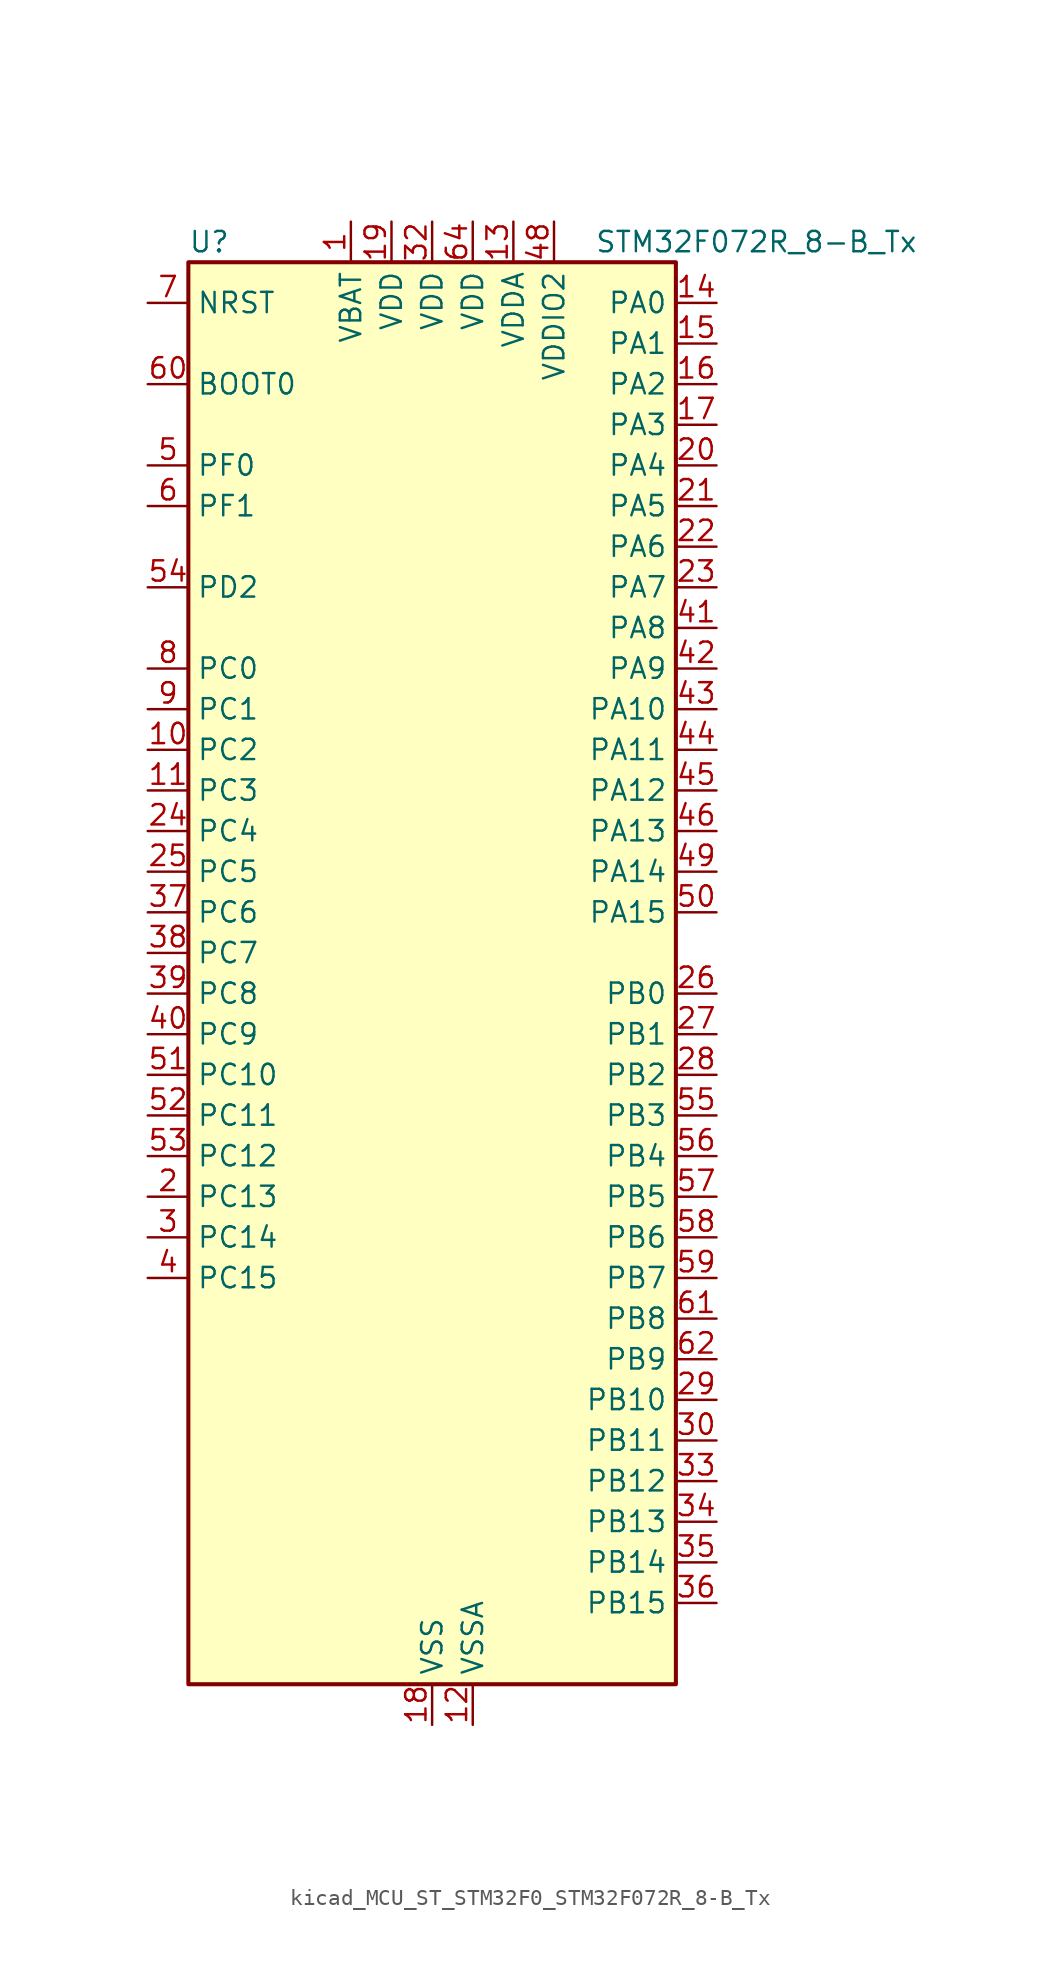
<source format=kicad_sym>
(kicad_symbol_lib
  (version 20220914)
  (generator kicad_symbol_editor)
  (symbol "kicad_MCU_ST_STM32F0_STM32F072R_8-B_Tx"
    (property "Reference" "U"
      (at -15.24 46.99 0)
      (effects (font (size 1.27 1.27)) (justify left)))
    (property "Value" "STM32F072R_8-B_Tx"
      (at 10.16 46.99 0)
      (effects (font (size 1.27 1.27)) (justify left)))
    (property "ki_locked" ""
      (at 0 0 0)
      (effects (font (size 1.27 1.27))))
    (symbol "kicad_MCU_ST_STM32F0_STM32F072R_8-B_Tx_0_1"
      (rectangle (start -15.24 -43.18) (end 15.24 45.72) (stroke (width 0.254) (type default)) (fill (type background))))
    (symbol "kicad_MCU_ST_STM32F0_STM32F072R_8-B_Tx_1_1"
      (pin power_in line (at -5.08 48.26 270) (length 2.54) (name "VBAT" (effects (font (size 1.27 1.27)))) (number "1" (effects (font (size 1.27 1.27)))))
      (pin bidirectional line (at -17.78 15.24 0) (length 2.54) (name "PC2" (effects (font (size 1.27 1.27)))) (number "10" (effects (font (size 1.27 1.27)))) (alternate "ADC_IN12" bidirectional line) (alternate "I2S2_MCK" bidirectional line) (alternate "SPI2_MISO" bidirectional line))
      (pin bidirectional line (at -17.78 12.7 0) (length 2.54) (name "PC3" (effects (font (size 1.27 1.27)))) (number "11" (effects (font (size 1.27 1.27)))) (alternate "ADC_IN13" bidirectional line) (alternate "I2S2_SD" bidirectional line) (alternate "SPI2_MOSI" bidirectional line))
      (pin power_in line (at 2.54 -45.72 90) (length 2.54) (name "VSSA" (effects (font (size 1.27 1.27)))) (number "12" (effects (font (size 1.27 1.27)))))
      (pin power_in line (at 5.08 48.26 270) (length 2.54) (name "VDDA" (effects (font (size 1.27 1.27)))) (number "13" (effects (font (size 1.27 1.27)))))
      (pin bidirectional line (at 17.78 43.18 180) (length 2.54) (name "PA0" (effects (font (size 1.27 1.27)))) (number "14" (effects (font (size 1.27 1.27)))) (alternate "ADC_IN0" bidirectional line) (alternate "COMP1_INM" bidirectional line) (alternate "COMP1_OUT" bidirectional line) (alternate "RTC_TAMP2" bidirectional line) (alternate "SYS_WKUP1" bidirectional line) (alternate "TIM2_CH1" bidirectional line) (alternate "TIM2_ETR" bidirectional line) (alternate "TSC_G1_IO1" bidirectional line) (alternate "USART2_CTS" bidirectional line) (alternate "USART4_TX" bidirectional line))
      (pin bidirectional line (at 17.78 40.64 180) (length 2.54) (name "PA1" (effects (font (size 1.27 1.27)))) (number "15" (effects (font (size 1.27 1.27)))) (alternate "ADC_IN1" bidirectional line) (alternate "COMP1_INP" bidirectional line) (alternate "TIM15_CH1N" bidirectional line) (alternate "TIM2_CH2" bidirectional line) (alternate "TSC_G1_IO2" bidirectional line) (alternate "USART2_DE" bidirectional line) (alternate "USART2_RTS" bidirectional line) (alternate "USART4_RX" bidirectional line))
      (pin bidirectional line (at 17.78 38.1 180) (length 2.54) (name "PA2" (effects (font (size 1.27 1.27)))) (number "16" (effects (font (size 1.27 1.27)))) (alternate "ADC_IN2" bidirectional line) (alternate "COMP2_INM" bidirectional line) (alternate "COMP2_OUT" bidirectional line) (alternate "SYS_WKUP4" bidirectional line) (alternate "TIM15_CH1" bidirectional line) (alternate "TIM2_CH3" bidirectional line) (alternate "TSC_G1_IO3" bidirectional line) (alternate "USART2_TX" bidirectional line))
      (pin bidirectional line (at 17.78 35.56 180) (length 2.54) (name "PA3" (effects (font (size 1.27 1.27)))) (number "17" (effects (font (size 1.27 1.27)))) (alternate "ADC_IN3" bidirectional line) (alternate "COMP2_INP" bidirectional line) (alternate "TIM15_CH2" bidirectional line) (alternate "TIM2_CH4" bidirectional line) (alternate "TSC_G1_IO4" bidirectional line) (alternate "USART2_RX" bidirectional line))
      (pin power_in line (at 0 -45.72 90) (length 2.54) (name "VSS" (effects (font (size 1.27 1.27)))) (number "18" (effects (font (size 1.27 1.27)))))
      (pin power_in line (at -2.54 48.26 270) (length 2.54) (name "VDD" (effects (font (size 1.27 1.27)))) (number "19" (effects (font (size 1.27 1.27)))))
      (pin bidirectional line (at -17.78 -12.7 0) (length 2.54) (name "PC13" (effects (font (size 1.27 1.27)))) (number "2" (effects (font (size 1.27 1.27)))) (alternate "RTC_OUT_ALARM" bidirectional line) (alternate "RTC_OUT_CALIB" bidirectional line) (alternate "RTC_TAMP1" bidirectional line) (alternate "RTC_TS" bidirectional line) (alternate "SYS_WKUP2" bidirectional line))
      (pin bidirectional line (at 17.78 33.02 180) (length 2.54) (name "PA4" (effects (font (size 1.27 1.27)))) (number "20" (effects (font (size 1.27 1.27)))) (alternate "ADC_IN4" bidirectional line) (alternate "COMP1_INM" bidirectional line) (alternate "COMP2_INM" bidirectional line) (alternate "DAC_OUT1" bidirectional line) (alternate "I2S1_WS" bidirectional line) (alternate "SPI1_NSS" bidirectional line) (alternate "TIM14_CH1" bidirectional line) (alternate "TSC_G2_IO1" bidirectional line) (alternate "USART2_CK" bidirectional line))
      (pin bidirectional line (at 17.78 30.48 180) (length 2.54) (name "PA5" (effects (font (size 1.27 1.27)))) (number "21" (effects (font (size 1.27 1.27)))) (alternate "ADC_IN5" bidirectional line) (alternate "CEC" bidirectional line) (alternate "COMP1_INM" bidirectional line) (alternate "COMP2_INM" bidirectional line) (alternate "DAC_OUT2" bidirectional line) (alternate "I2S1_CK" bidirectional line) (alternate "SPI1_SCK" bidirectional line) (alternate "TIM2_CH1" bidirectional line) (alternate "TIM2_ETR" bidirectional line) (alternate "TSC_G2_IO2" bidirectional line))
      (pin bidirectional line (at 17.78 27.94 180) (length 2.54) (name "PA6" (effects (font (size 1.27 1.27)))) (number "22" (effects (font (size 1.27 1.27)))) (alternate "ADC_IN6" bidirectional line) (alternate "COMP1_OUT" bidirectional line) (alternate "I2S1_MCK" bidirectional line) (alternate "SPI1_MISO" bidirectional line) (alternate "TIM16_CH1" bidirectional line) (alternate "TIM1_BKIN" bidirectional line) (alternate "TIM3_CH1" bidirectional line) (alternate "TSC_G2_IO3" bidirectional line) (alternate "USART3_CTS" bidirectional line))
      (pin bidirectional line (at 17.78 25.4 180) (length 2.54) (name "PA7" (effects (font (size 1.27 1.27)))) (number "23" (effects (font (size 1.27 1.27)))) (alternate "ADC_IN7" bidirectional line) (alternate "COMP2_OUT" bidirectional line) (alternate "I2S1_SD" bidirectional line) (alternate "SPI1_MOSI" bidirectional line) (alternate "TIM14_CH1" bidirectional line) (alternate "TIM17_CH1" bidirectional line) (alternate "TIM1_CH1N" bidirectional line) (alternate "TIM3_CH2" bidirectional line) (alternate "TSC_G2_IO4" bidirectional line))
      (pin bidirectional line (at -17.78 10.16 0) (length 2.54) (name "PC4" (effects (font (size 1.27 1.27)))) (number "24" (effects (font (size 1.27 1.27)))) (alternate "ADC_IN14" bidirectional line) (alternate "USART3_TX" bidirectional line))
      (pin bidirectional line (at -17.78 7.62 0) (length 2.54) (name "PC5" (effects (font (size 1.27 1.27)))) (number "25" (effects (font (size 1.27 1.27)))) (alternate "ADC_IN15" bidirectional line) (alternate "SYS_WKUP5" bidirectional line) (alternate "TSC_G3_IO1" bidirectional line) (alternate "USART3_RX" bidirectional line))
      (pin bidirectional line (at 17.78 0 180) (length 2.54) (name "PB0" (effects (font (size 1.27 1.27)))) (number "26" (effects (font (size 1.27 1.27)))) (alternate "ADC_IN8" bidirectional line) (alternate "TIM1_CH2N" bidirectional line) (alternate "TIM3_CH3" bidirectional line) (alternate "TSC_G3_IO2" bidirectional line) (alternate "USART3_CK" bidirectional line))
      (pin bidirectional line (at 17.78 -2.54 180) (length 2.54) (name "PB1" (effects (font (size 1.27 1.27)))) (number "27" (effects (font (size 1.27 1.27)))) (alternate "ADC_IN9" bidirectional line) (alternate "TIM14_CH1" bidirectional line) (alternate "TIM1_CH3N" bidirectional line) (alternate "TIM3_CH4" bidirectional line) (alternate "TSC_G3_IO3" bidirectional line) (alternate "USART3_DE" bidirectional line) (alternate "USART3_RTS" bidirectional line))
      (pin bidirectional line (at 17.78 -5.08 180) (length 2.54) (name "PB2" (effects (font (size 1.27 1.27)))) (number "28" (effects (font (size 1.27 1.27)))) (alternate "TSC_G3_IO4" bidirectional line))
      (pin bidirectional line (at 17.78 -25.4 180) (length 2.54) (name "PB10" (effects (font (size 1.27 1.27)))) (number "29" (effects (font (size 1.27 1.27)))) (alternate "CEC" bidirectional line) (alternate "I2C2_SCL" bidirectional line) (alternate "I2S2_CK" bidirectional line) (alternate "SPI2_SCK" bidirectional line) (alternate "TIM2_CH3" bidirectional line) (alternate "TSC_SYNC" bidirectional line) (alternate "USART3_TX" bidirectional line))
      (pin bidirectional line (at -17.78 -15.24 0) (length 2.54) (name "PC14" (effects (font (size 1.27 1.27)))) (number "3" (effects (font (size 1.27 1.27)))) (alternate "RCC_OSC32_IN" bidirectional line))
      (pin bidirectional line (at 17.78 -27.94 180) (length 2.54) (name "PB11" (effects (font (size 1.27 1.27)))) (number "30" (effects (font (size 1.27 1.27)))) (alternate "I2C2_SDA" bidirectional line) (alternate "TIM2_CH4" bidirectional line) (alternate "TSC_G6_IO1" bidirectional line) (alternate "USART3_RX" bidirectional line))
      (pin passive line (at 0 -45.72 90) (length 2.54) hide (name "VSS" (effects (font (size 1.27 1.27)))) (number "31" (effects (font (size 1.27 1.27)))))
      (pin power_in line (at 0 48.26 270) (length 2.54) (name "VDD" (effects (font (size 1.27 1.27)))) (number "32" (effects (font (size 1.27 1.27)))))
      (pin bidirectional line (at 17.78 -30.48 180) (length 2.54) (name "PB12" (effects (font (size 1.27 1.27)))) (number "33" (effects (font (size 1.27 1.27)))) (alternate "I2S2_WS" bidirectional line) (alternate "SPI2_NSS" bidirectional line) (alternate "TIM15_BKIN" bidirectional line) (alternate "TIM1_BKIN" bidirectional line) (alternate "TSC_G6_IO2" bidirectional line) (alternate "USART3_CK" bidirectional line))
      (pin bidirectional line (at 17.78 -33.02 180) (length 2.54) (name "PB13" (effects (font (size 1.27 1.27)))) (number "34" (effects (font (size 1.27 1.27)))) (alternate "I2C2_SCL" bidirectional line) (alternate "I2S2_CK" bidirectional line) (alternate "SPI2_SCK" bidirectional line) (alternate "TIM1_CH1N" bidirectional line) (alternate "TSC_G6_IO3" bidirectional line) (alternate "USART3_CTS" bidirectional line))
      (pin bidirectional line (at 17.78 -35.56 180) (length 2.54) (name "PB14" (effects (font (size 1.27 1.27)))) (number "35" (effects (font (size 1.27 1.27)))) (alternate "I2C2_SDA" bidirectional line) (alternate "I2S2_MCK" bidirectional line) (alternate "SPI2_MISO" bidirectional line) (alternate "TIM15_CH1" bidirectional line) (alternate "TIM1_CH2N" bidirectional line) (alternate "TSC_G6_IO4" bidirectional line) (alternate "USART3_DE" bidirectional line) (alternate "USART3_RTS" bidirectional line))
      (pin bidirectional line (at 17.78 -38.1 180) (length 2.54) (name "PB15" (effects (font (size 1.27 1.27)))) (number "36" (effects (font (size 1.27 1.27)))) (alternate "I2S2_SD" bidirectional line) (alternate "RTC_REFIN" bidirectional line) (alternate "SPI2_MOSI" bidirectional line) (alternate "SYS_WKUP7" bidirectional line) (alternate "TIM15_CH1N" bidirectional line) (alternate "TIM15_CH2" bidirectional line) (alternate "TIM1_CH3N" bidirectional line))
      (pin bidirectional line (at -17.78 5.08 0) (length 2.54) (name "PC6" (effects (font (size 1.27 1.27)))) (number "37" (effects (font (size 1.27 1.27)))) (alternate "TIM3_CH1" bidirectional line))
      (pin bidirectional line (at -17.78 2.54 0) (length 2.54) (name "PC7" (effects (font (size 1.27 1.27)))) (number "38" (effects (font (size 1.27 1.27)))) (alternate "TIM3_CH2" bidirectional line))
      (pin bidirectional line (at -17.78 0 0) (length 2.54) (name "PC8" (effects (font (size 1.27 1.27)))) (number "39" (effects (font (size 1.27 1.27)))) (alternate "TIM3_CH3" bidirectional line))
      (pin bidirectional line (at -17.78 -17.78 0) (length 2.54) (name "PC15" (effects (font (size 1.27 1.27)))) (number "4" (effects (font (size 1.27 1.27)))) (alternate "RCC_OSC32_OUT" bidirectional line))
      (pin bidirectional line (at -17.78 -2.54 0) (length 2.54) (name "PC9" (effects (font (size 1.27 1.27)))) (number "40" (effects (font (size 1.27 1.27)))) (alternate "DAC_EXTI9" bidirectional line) (alternate "TIM3_CH4" bidirectional line))
      (pin bidirectional line (at 17.78 22.86 180) (length 2.54) (name "PA8" (effects (font (size 1.27 1.27)))) (number "41" (effects (font (size 1.27 1.27)))) (alternate "CRS_SYNC" bidirectional line) (alternate "RCC_MCO" bidirectional line) (alternate "TIM1_CH1" bidirectional line) (alternate "USART1_CK" bidirectional line))
      (pin bidirectional line (at 17.78 20.32 180) (length 2.54) (name "PA9" (effects (font (size 1.27 1.27)))) (number "42" (effects (font (size 1.27 1.27)))) (alternate "DAC_EXTI9" bidirectional line) (alternate "TIM15_BKIN" bidirectional line) (alternate "TIM1_CH2" bidirectional line) (alternate "TSC_G4_IO1" bidirectional line) (alternate "USART1_TX" bidirectional line))
      (pin bidirectional line (at 17.78 17.78 180) (length 2.54) (name "PA10" (effects (font (size 1.27 1.27)))) (number "43" (effects (font (size 1.27 1.27)))) (alternate "TIM17_BKIN" bidirectional line) (alternate "TIM1_CH3" bidirectional line) (alternate "TSC_G4_IO2" bidirectional line) (alternate "USART1_RX" bidirectional line))
      (pin bidirectional line (at 17.78 15.24 180) (length 2.54) (name "PA11" (effects (font (size 1.27 1.27)))) (number "44" (effects (font (size 1.27 1.27)))) (alternate "CAN_RX" bidirectional line) (alternate "COMP1_OUT" bidirectional line) (alternate "TIM1_CH4" bidirectional line) (alternate "TSC_G4_IO3" bidirectional line) (alternate "USART1_CTS" bidirectional line) (alternate "USB_DM" bidirectional line))
      (pin bidirectional line (at 17.78 12.7 180) (length 2.54) (name "PA12" (effects (font (size 1.27 1.27)))) (number "45" (effects (font (size 1.27 1.27)))) (alternate "CAN_TX" bidirectional line) (alternate "COMP2_OUT" bidirectional line) (alternate "TIM1_ETR" bidirectional line) (alternate "TSC_G4_IO4" bidirectional line) (alternate "USART1_DE" bidirectional line) (alternate "USART1_RTS" bidirectional line) (alternate "USB_DP" bidirectional line))
      (pin bidirectional line (at 17.78 10.16 180) (length 2.54) (name "PA13" (effects (font (size 1.27 1.27)))) (number "46" (effects (font (size 1.27 1.27)))) (alternate "IR_OUT" bidirectional line) (alternate "SYS_SWDIO" bidirectional line) (alternate "USB_NOE" bidirectional line))
      (pin passive line (at 0 -45.72 90) (length 2.54) hide (name "VSS" (effects (font (size 1.27 1.27)))) (number "47" (effects (font (size 1.27 1.27)))))
      (pin power_in line (at 7.62 48.26 270) (length 2.54) (name "VDDIO2" (effects (font (size 1.27 1.27)))) (number "48" (effects (font (size 1.27 1.27)))))
      (pin bidirectional line (at 17.78 7.62 180) (length 2.54) (name "PA14" (effects (font (size 1.27 1.27)))) (number "49" (effects (font (size 1.27 1.27)))) (alternate "SYS_SWCLK" bidirectional line) (alternate "USART2_TX" bidirectional line))
      (pin bidirectional line (at -17.78 33.02 0) (length 2.54) (name "PF0" (effects (font (size 1.27 1.27)))) (number "5" (effects (font (size 1.27 1.27)))) (alternate "CRS_SYNC" bidirectional line) (alternate "RCC_OSC_IN" bidirectional line))
      (pin bidirectional line (at 17.78 5.08 180) (length 2.54) (name "PA15" (effects (font (size 1.27 1.27)))) (number "50" (effects (font (size 1.27 1.27)))) (alternate "I2S1_WS" bidirectional line) (alternate "SPI1_NSS" bidirectional line) (alternate "TIM2_CH1" bidirectional line) (alternate "TIM2_ETR" bidirectional line) (alternate "USART2_RX" bidirectional line) (alternate "USART4_DE" bidirectional line) (alternate "USART4_RTS" bidirectional line))
      (pin bidirectional line (at -17.78 -5.08 0) (length 2.54) (name "PC10" (effects (font (size 1.27 1.27)))) (number "51" (effects (font (size 1.27 1.27)))) (alternate "USART3_TX" bidirectional line) (alternate "USART4_TX" bidirectional line))
      (pin bidirectional line (at -17.78 -7.62 0) (length 2.54) (name "PC11" (effects (font (size 1.27 1.27)))) (number "52" (effects (font (size 1.27 1.27)))) (alternate "USART3_RX" bidirectional line) (alternate "USART4_RX" bidirectional line))
      (pin bidirectional line (at -17.78 -10.16 0) (length 2.54) (name "PC12" (effects (font (size 1.27 1.27)))) (number "53" (effects (font (size 1.27 1.27)))) (alternate "USART3_CK" bidirectional line) (alternate "USART4_CK" bidirectional line))
      (pin bidirectional line (at -17.78 25.4 0) (length 2.54) (name "PD2" (effects (font (size 1.27 1.27)))) (number "54" (effects (font (size 1.27 1.27)))) (alternate "TIM3_ETR" bidirectional line) (alternate "USART3_DE" bidirectional line) (alternate "USART3_RTS" bidirectional line))
      (pin bidirectional line (at 17.78 -7.62 180) (length 2.54) (name "PB3" (effects (font (size 1.27 1.27)))) (number "55" (effects (font (size 1.27 1.27)))) (alternate "I2S1_CK" bidirectional line) (alternate "SPI1_SCK" bidirectional line) (alternate "TIM2_CH2" bidirectional line) (alternate "TSC_G5_IO1" bidirectional line))
      (pin bidirectional line (at 17.78 -10.16 180) (length 2.54) (name "PB4" (effects (font (size 1.27 1.27)))) (number "56" (effects (font (size 1.27 1.27)))) (alternate "I2S1_MCK" bidirectional line) (alternate "SPI1_MISO" bidirectional line) (alternate "TIM17_BKIN" bidirectional line) (alternate "TIM3_CH1" bidirectional line) (alternate "TSC_G5_IO2" bidirectional line))
      (pin bidirectional line (at 17.78 -12.7 180) (length 2.54) (name "PB5" (effects (font (size 1.27 1.27)))) (number "57" (effects (font (size 1.27 1.27)))) (alternate "I2C1_SMBA" bidirectional line) (alternate "I2S1_SD" bidirectional line) (alternate "SPI1_MOSI" bidirectional line) (alternate "SYS_WKUP6" bidirectional line) (alternate "TIM16_BKIN" bidirectional line) (alternate "TIM3_CH2" bidirectional line))
      (pin bidirectional line (at 17.78 -15.24 180) (length 2.54) (name "PB6" (effects (font (size 1.27 1.27)))) (number "58" (effects (font (size 1.27 1.27)))) (alternate "I2C1_SCL" bidirectional line) (alternate "TIM16_CH1N" bidirectional line) (alternate "TSC_G5_IO3" bidirectional line) (alternate "USART1_TX" bidirectional line))
      (pin bidirectional line (at 17.78 -17.78 180) (length 2.54) (name "PB7" (effects (font (size 1.27 1.27)))) (number "59" (effects (font (size 1.27 1.27)))) (alternate "I2C1_SDA" bidirectional line) (alternate "TIM17_CH1N" bidirectional line) (alternate "TSC_G5_IO4" bidirectional line) (alternate "USART1_RX" bidirectional line) (alternate "USART4_CTS" bidirectional line))
      (pin bidirectional line (at -17.78 30.48 0) (length 2.54) (name "PF1" (effects (font (size 1.27 1.27)))) (number "6" (effects (font (size 1.27 1.27)))) (alternate "RCC_OSC_OUT" bidirectional line))
      (pin input line (at -17.78 38.1 0) (length 2.54) (name "BOOT0" (effects (font (size 1.27 1.27)))) (number "60" (effects (font (size 1.27 1.27)))))
      (pin bidirectional line (at 17.78 -20.32 180) (length 2.54) (name "PB8" (effects (font (size 1.27 1.27)))) (number "61" (effects (font (size 1.27 1.27)))) (alternate "CAN_RX" bidirectional line) (alternate "CEC" bidirectional line) (alternate "I2C1_SCL" bidirectional line) (alternate "TIM16_CH1" bidirectional line) (alternate "TSC_SYNC" bidirectional line))
      (pin bidirectional line (at 17.78 -22.86 180) (length 2.54) (name "PB9" (effects (font (size 1.27 1.27)))) (number "62" (effects (font (size 1.27 1.27)))) (alternate "CAN_TX" bidirectional line) (alternate "DAC_EXTI9" bidirectional line) (alternate "I2C1_SDA" bidirectional line) (alternate "I2S2_WS" bidirectional line) (alternate "IR_OUT" bidirectional line) (alternate "SPI2_NSS" bidirectional line) (alternate "TIM17_CH1" bidirectional line))
      (pin passive line (at 0 -45.72 90) (length 2.54) hide (name "VSS" (effects (font (size 1.27 1.27)))) (number "63" (effects (font (size 1.27 1.27)))))
      (pin power_in line (at 2.54 48.26 270) (length 2.54) (name "VDD" (effects (font (size 1.27 1.27)))) (number "64" (effects (font (size 1.27 1.27)))))
      (pin input line (at -17.78 43.18 0) (length 2.54) (name "NRST" (effects (font (size 1.27 1.27)))) (number "7" (effects (font (size 1.27 1.27)))))
      (pin bidirectional line (at -17.78 20.32 0) (length 2.54) (name "PC0" (effects (font (size 1.27 1.27)))) (number "8" (effects (font (size 1.27 1.27)))) (alternate "ADC_IN10" bidirectional line))
      (pin bidirectional line (at -17.78 17.78 0) (length 2.54) (name "PC1" (effects (font (size 1.27 1.27)))) (number "9" (effects (font (size 1.27 1.27)))) (alternate "ADC_IN11" bidirectional line)))))
</source>
